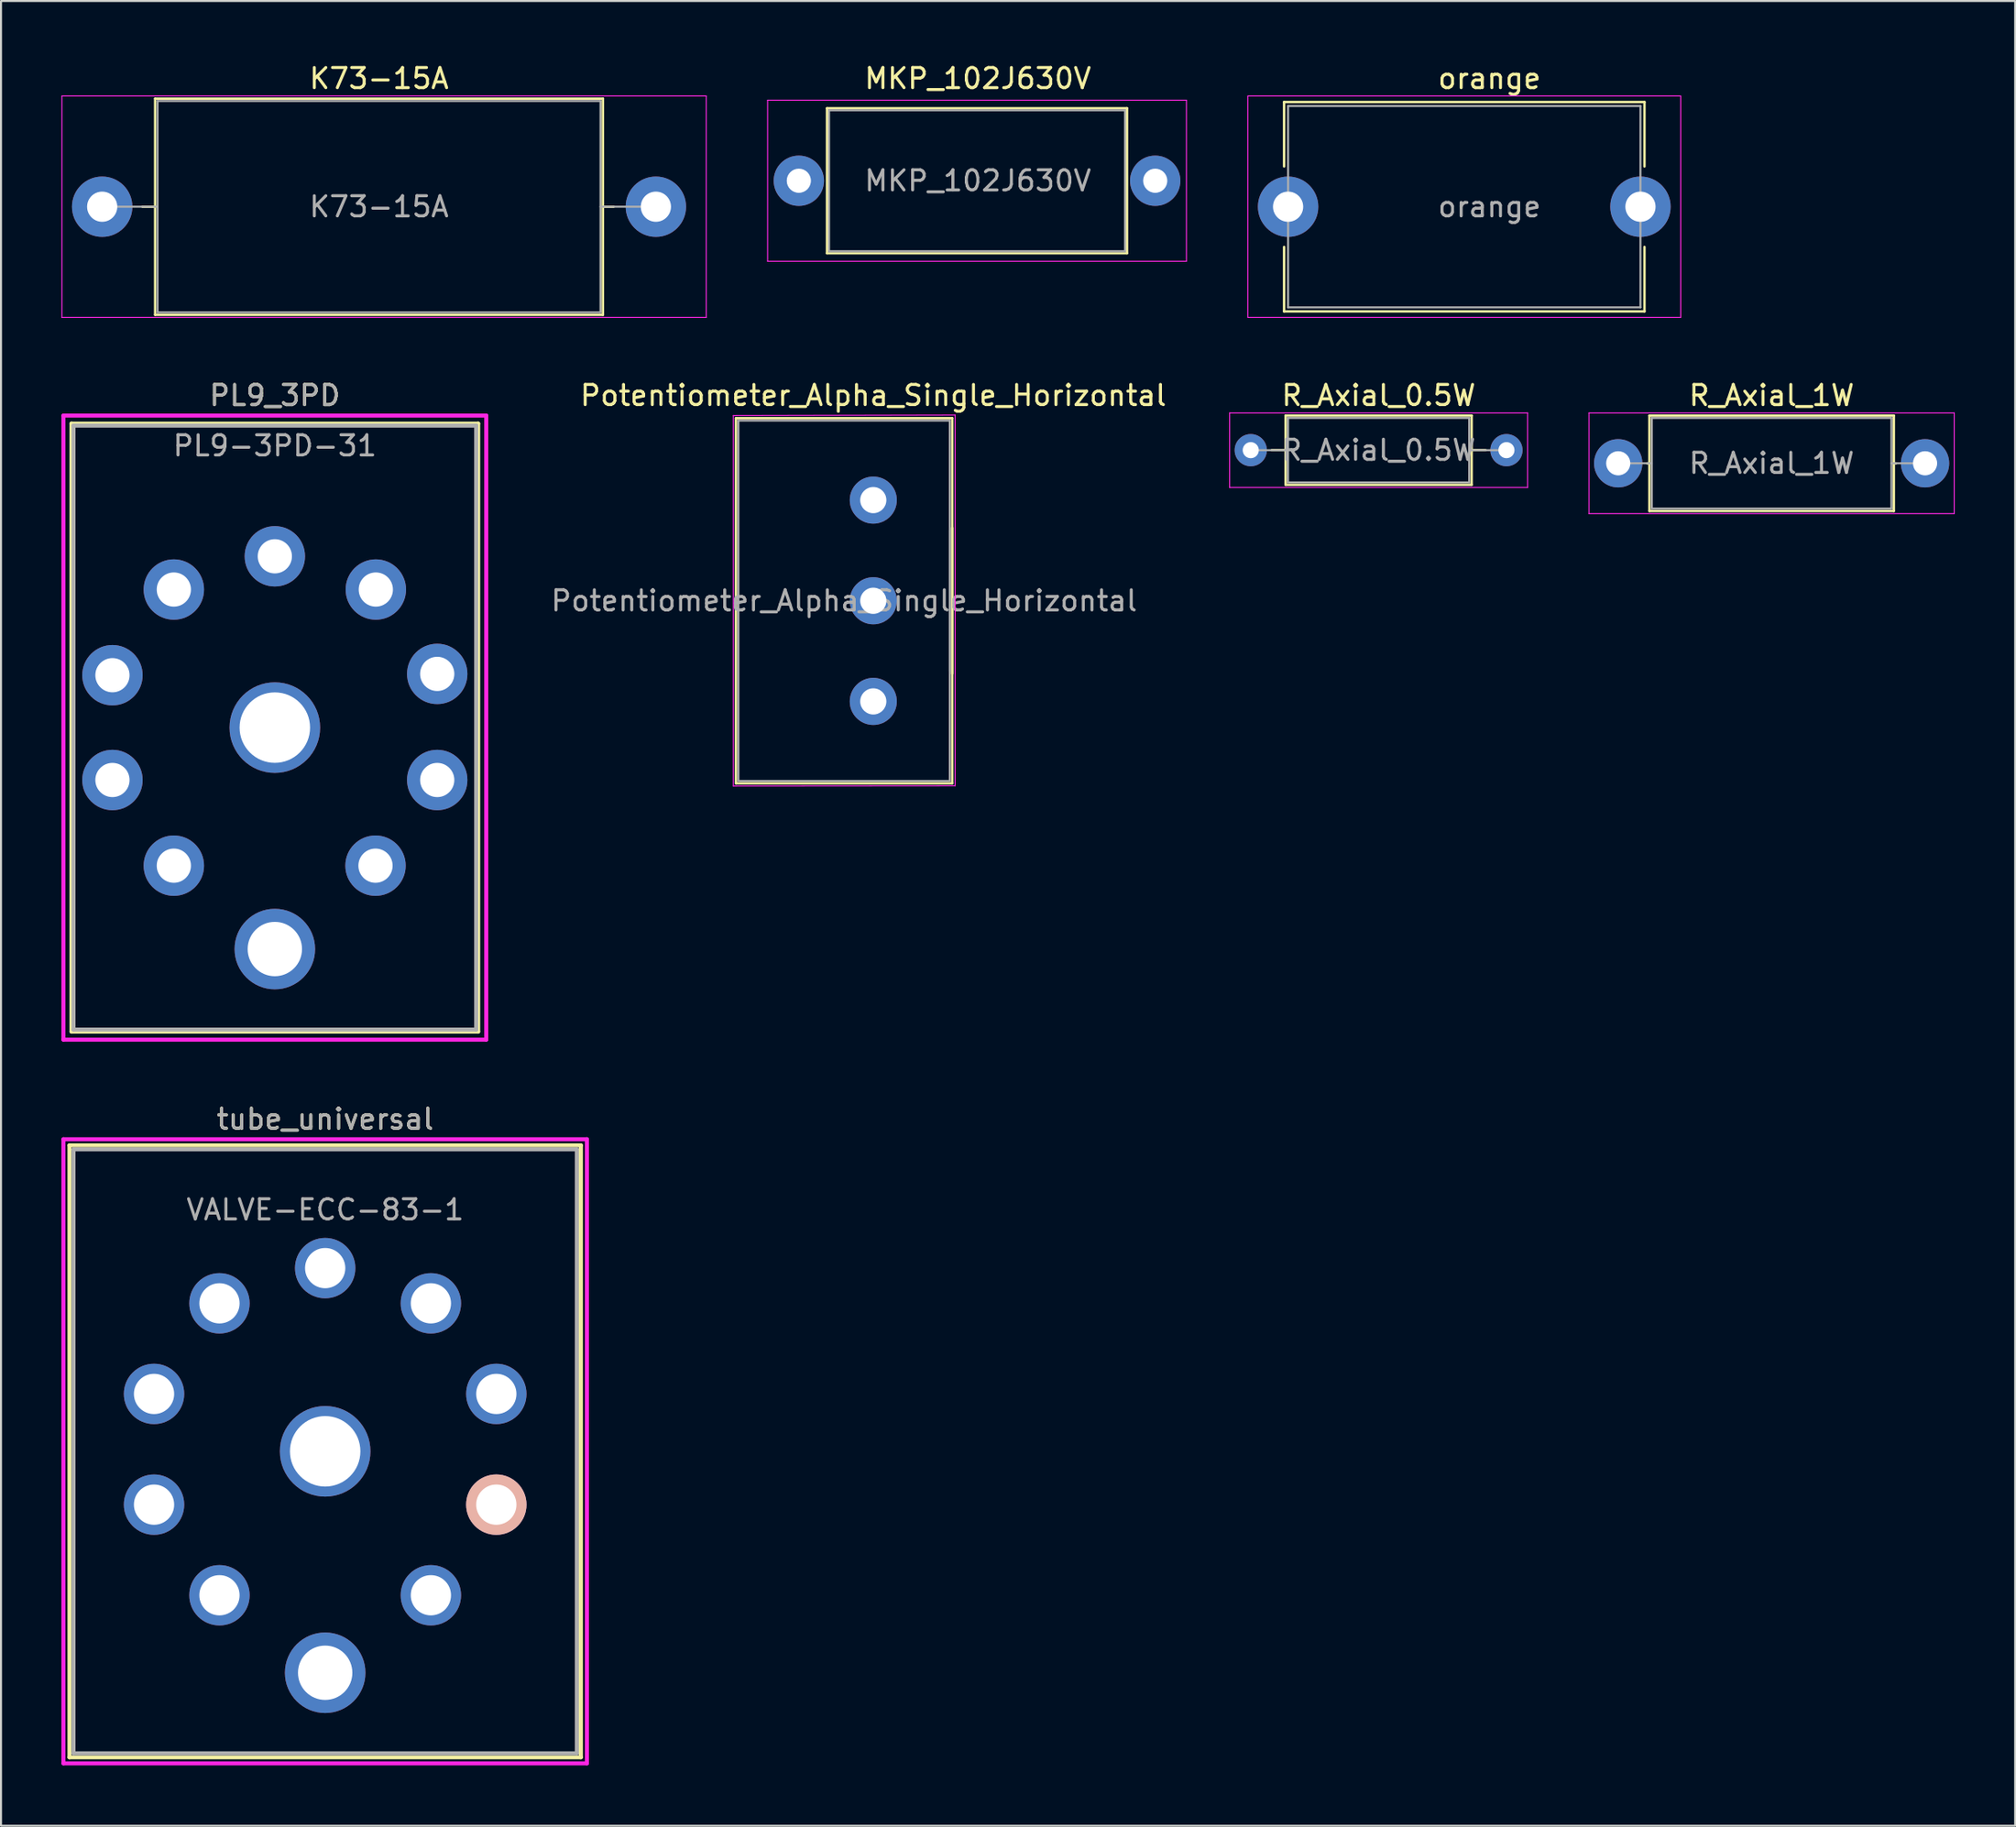
<source format=kicad_pcb>
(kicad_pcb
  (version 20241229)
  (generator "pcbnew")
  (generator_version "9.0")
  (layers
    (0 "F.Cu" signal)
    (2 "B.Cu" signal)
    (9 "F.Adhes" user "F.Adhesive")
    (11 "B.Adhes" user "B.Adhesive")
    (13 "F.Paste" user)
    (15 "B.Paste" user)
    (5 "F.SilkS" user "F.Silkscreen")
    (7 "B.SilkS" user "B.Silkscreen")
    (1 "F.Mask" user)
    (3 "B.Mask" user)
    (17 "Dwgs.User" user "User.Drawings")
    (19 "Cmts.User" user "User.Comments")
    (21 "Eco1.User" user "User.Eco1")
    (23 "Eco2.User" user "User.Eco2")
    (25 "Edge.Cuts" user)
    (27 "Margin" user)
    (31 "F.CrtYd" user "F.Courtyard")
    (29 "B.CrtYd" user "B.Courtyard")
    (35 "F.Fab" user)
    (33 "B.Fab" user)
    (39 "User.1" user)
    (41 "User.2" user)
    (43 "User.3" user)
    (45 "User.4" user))
  (footprint "PL9_3PD"
    (layer "F.Cu")
    (at 10.6 33.092)
    (property "Reference" "PL9_3PD" (at 0 -16.5 0) (layer "F.SilkS") (effects (font (size 1 1) (thickness 0.15))))
    (attr through_hole)
    (fp_line (start -10.1 -15.1) (end -10.1 15.1) (stroke (width 0.2) (type solid)) (layer "F.SilkS"))
    (fp_line (start -10.1 15.1) (end 10.1 15.1) (stroke (width 0.2) (type solid)) (layer "F.SilkS"))
    (fp_line (start 10.1 -15.1) (end -10.1 -15.1) (stroke (width 0.2) (type solid)) (layer "F.SilkS"))
    (fp_line (start 10.1 15.1) (end 10.1 -15.1) (stroke (width 0.2) (type solid)) (layer "F.SilkS"))
    (fp_line (start -10.5 -15.5) (end -10.5 15.5) (stroke (width 0.2) (type solid)) (layer "F.CrtYd"))
    (fp_line (start -10.5 15.5) (end 10.5 15.5) (stroke (width 0.2) (type solid)) (layer "F.CrtYd"))
    (fp_line (start 10.5 -15.5) (end -10.5 -15.5) (stroke (width 0.2) (type solid)) (layer "F.CrtYd"))
    (fp_line (start 10.5 15.5) (end 10.5 -15.5) (stroke (width 0.2) (type solid)) (layer "F.CrtYd"))
    (fp_line (start -10 -15) (end -10 15) (stroke (width 0.2) (type solid)) (layer "F.Fab"))
    (fp_line (start -10 15) (end 10 15) (stroke (width 0.2) (type solid)) (layer "F.Fab"))
    (fp_line (start 10 -15) (end -10 -15) (stroke (width 0.2) (type solid)) (layer "F.Fab"))
    (fp_line (start 10 15) (end 10 -15) (stroke (width 0.2) (type solid)) (layer "F.Fab"))
    (fp_text user "PL9-3PD-31" (at 0 -14 0) (layer "F.Fab") (effects (font (size 1 1) (thickness 0.15))))
    (fp_text user "${REFERENCE}" (at 0 -16.5 0) (layer "F.Fab") (effects (font (size 1 1) (thickness 0.15))))
    (pad "1" thru_hole circle (at 5 6.858) (size 3 3) (drill 1.7) (layers "*.Cu" "*.Mask"))
    (pad "2" thru_hole circle (at 8.065 2.603) (size 3 3) (drill 1.7) (layers "*.Cu" "*.Mask"))
    (pad "3" thru_hole circle (at 8.065 -2.667) (size 3 3) (drill 1.7) (layers "*.Cu" "*.Mask"))
    (pad "4" thru_hole circle (at 5.016 -6.858) (size 3 3) (drill 1.7) (layers "*.Cu" "*.Mask"))
    (pad "5" thru_hole circle (at 0 -8.509) (size 3 3) (drill 1.7) (layers "*.Cu" "*.Mask"))
    (pad "6" thru_hole circle (at -5.016 -6.858) (size 3 3) (drill 1.7) (layers "*.Cu" "*.Mask"))
    (pad "7" thru_hole circle (at -8.065 -2.603) (size 3 3) (drill 1.7) (layers "*.Cu" "*.Mask"))
    (pad "8" thru_hole circle (at -8.065 2.603) (size 3 3) (drill 1.7) (layers "*.Cu" "*.Mask"))
    (pad "9" thru_hole circle (at -5.016 6.858) (size 3 3) (drill 1.7) (layers "*.Cu" "*.Mask"))
    (pad "10" thru_hole circle (at 0 11) (size 4 4) (drill 2.7) (layers "*.Cu" "*.Mask"))
    (pad "11" thru_hole circle (at 0 0) (size 4.5 4.5) (drill 3.5) (layers "*.Cu" "*.Mask")))
  (footprint "K73-15A"
    (layer "F.Cu")
    (at 2.025 7.218)
    (property "Reference" "K73-15A" (at 13.75 -6.37 0) (layer "F.SilkS") (effects (font (size 1 1) (thickness 0.15))))
    (attr through_hole)
    (fp_line (start 2 0) (end 2.63 0) (stroke (width 0.12) (type solid)) (layer "F.SilkS"))
    (fp_line (start 2.63 -5.37) (end 2.63 5.37) (stroke (width 0.12) (type solid)) (layer "F.SilkS"))
    (fp_line (start 2.63 5.37) (end 24.87 5.37) (stroke (width 0.12) (type solid)) (layer "F.SilkS"))
    (fp_line (start 24.87 -5.37) (end 2.63 -5.37) (stroke (width 0.12) (type solid)) (layer "F.SilkS"))
    (fp_line (start 24.87 5.37) (end 24.87 -5.37) (stroke (width 0.12) (type solid)) (layer "F.SilkS"))
    (fp_line (start 25.4 0) (end 24.87 0) (stroke (width 0.12) (type solid)) (layer "F.SilkS"))
    (fp_line (start -2 -5.5) (end -2 5.5) (stroke (width 0.05) (type solid)) (layer "F.CrtYd"))
    (fp_line (start -2 5.5) (end 30 5.5) (stroke (width 0.05) (type solid)) (layer "F.CrtYd"))
    (fp_line (start 30 -5.5) (end -2 -5.5) (stroke (width 0.05) (type solid)) (layer "F.CrtYd"))
    (fp_line (start 30 5.5) (end 30 -5.5) (stroke (width 0.05) (type solid)) (layer "F.CrtYd"))
    (fp_line (start 0 0) (end 2.75 0) (stroke (width 0.1) (type solid)) (layer "F.Fab"))
    (fp_line (start 2.75 -5.25) (end 2.75 5.25) (stroke (width 0.1) (type solid)) (layer "F.Fab"))
    (fp_line (start 2.75 5.25) (end 24.75 5.25) (stroke (width 0.1) (type solid)) (layer "F.Fab"))
    (fp_line (start 24.75 -5.25) (end 2.75 -5.25) (stroke (width 0.1) (type solid)) (layer "F.Fab"))
    (fp_line (start 24.75 5.25) (end 24.75 -5.25) (stroke (width 0.1) (type solid)) (layer "F.Fab"))
    (fp_line (start 27.5 0) (end 24.75 0) (stroke (width 0.1) (type solid)) (layer "F.Fab"))
    (fp_text user "${REFERENCE}" (at 13.75 0 0) (layer "F.Fab") (effects (font (size 1 1) (thickness 0.15))))
    (pad "1" thru_hole circle (at 0 0) (size 3 3) (drill 1.5) (layers "*.Cu" "*.Mask"))
    (pad "2" thru_hole circle (at 27.5 0) (size 3 3) (drill 1.5) (layers "*.Cu" "*.Mask")))
  (footprint "R_Axial_1W"
    (layer "F.Cu")
    (at 77.32 19.962)
    (property "Reference" "R_Axial_1W" (at 7.62 -3.37 0) (layer "F.SilkS") (effects (font (size 1 1) (thickness 0.15))))
    (attr through_hole)
    (fp_line (start 1.44 0) (end 1.55 0) (stroke (width 0.12) (type solid)) (layer "F.SilkS"))
    (fp_line (start 1.55 -2.37) (end 1.55 2.37) (stroke (width 0.12) (type solid)) (layer "F.SilkS"))
    (fp_line (start 1.55 2.37) (end 13.69 2.37) (stroke (width 0.12) (type solid)) (layer "F.SilkS"))
    (fp_line (start 13.69 -2.37) (end 1.55 -2.37) (stroke (width 0.12) (type solid)) (layer "F.SilkS"))
    (fp_line (start 13.69 2.37) (end 13.69 -2.37) (stroke (width 0.12) (type solid)) (layer "F.SilkS"))
    (fp_line (start 13.8 0) (end 13.69 0) (stroke (width 0.12) (type solid)) (layer "F.SilkS"))
    (fp_line (start -1.45 -2.5) (end -1.45 2.5) (stroke (width 0.05) (type solid)) (layer "F.CrtYd"))
    (fp_line (start -1.45 2.5) (end 16.69 2.5) (stroke (width 0.05) (type solid)) (layer "F.CrtYd"))
    (fp_line (start 16.69 -2.5) (end -1.45 -2.5) (stroke (width 0.05) (type solid)) (layer "F.CrtYd"))
    (fp_line (start 16.69 2.5) (end 16.69 -2.5) (stroke (width 0.05) (type solid)) (layer "F.CrtYd"))
    (fp_line (start 0 0) (end 1.67 0) (stroke (width 0.1) (type solid)) (layer "F.Fab"))
    (fp_line (start 1.67 -2.25) (end 1.67 2.25) (stroke (width 0.1) (type solid)) (layer "F.Fab"))
    (fp_line (start 1.67 2.25) (end 13.57 2.25) (stroke (width 0.1) (type solid)) (layer "F.Fab"))
    (fp_line (start 13.57 -2.25) (end 1.67 -2.25) (stroke (width 0.1) (type solid)) (layer "F.Fab"))
    (fp_line (start 13.57 2.25) (end 13.57 -2.25) (stroke (width 0.1) (type solid)) (layer "F.Fab"))
    (fp_line (start 15.24 0) (end 13.57 0) (stroke (width 0.1) (type solid)) (layer "F.Fab"))
    (fp_text user "${REFERENCE}" (at 7.62 0 0) (layer "F.Fab") (effects (font (size 1 1) (thickness 0.15))))
    (pad "1" thru_hole circle (at 0 0) (size 2.4 2.4) (drill 1.2) (layers "*.Cu" "*.Mask"))
    (pad "2" thru_hole oval (at 15.24 0) (size 2.4 2.4) (drill 1.2) (layers "*.Cu" "*.Mask")))
  (footprint "Potentiometer_Alpha_Single_Horizontal"
    (layer "F.Cu")
    (at 40.323 31.791)
    (property "Reference" "Potentiometer_Alpha_Single_Horizontal" (at 0 -15.2 0) (layer "F.SilkS") (effects (font (size 1 1) (thickness 0.15))))
    (attr through_hole)
    (fp_line (start -6.82 -14.07) (end -6.82 4.07) (stroke (width 0.12) (type solid)) (layer "F.SilkS"))
    (fp_line (start -6.82 -14.07) (end 3.92 -14.07) (stroke (width 0.12) (type solid)) (layer "F.SilkS"))
    (fp_line (start -6.82 4.07) (end 3.92 4.07) (stroke (width 0.12) (type solid)) (layer "F.SilkS"))
    (fp_line (start 3.92 -14.07) (end 3.92 4.07) (stroke (width 0.12) (type solid)) (layer "F.SilkS"))
    (fp_line (start 3.92 -8.62) (end 3.92 -1.38) (stroke (width 0.12) (type solid)) (layer "F.SilkS"))
    (fp_line (start -6.95 -14.2) (end -6.95 4.2) (stroke (width 0.05) (type solid)) (layer "F.CrtYd"))
    (fp_line (start -6.95 4.2) (end 4.064 4.191) (stroke (width 0.05) (type solid)) (layer "F.CrtYd"))
    (fp_line (start 4.064 -14.224) (end -6.95 -14.2) (stroke (width 0.05) (type solid)) (layer "F.CrtYd"))
    (fp_line (start 4.064 4.191) (end 4.064 -14.224) (stroke (width 0.05) (type solid)) (layer "F.CrtYd"))
    (fp_line (start -6.7 -13.95) (end -6.7 3.95) (stroke (width 0.1) (type solid)) (layer "F.Fab"))
    (fp_line (start -6.7 3.95) (end 3.8 3.95) (stroke (width 0.1) (type solid)) (layer "F.Fab"))
    (fp_line (start 3.8 -13.95) (end -6.7 -13.95) (stroke (width 0.1) (type solid)) (layer "F.Fab"))
    (fp_line (start 3.8 -8.5) (end 3.8 -1.5) (stroke (width 0.1) (type solid)) (layer "F.Fab"))
    (fp_line (start 3.8 3.95) (end 3.8 -13.95) (stroke (width 0.1) (type solid)) (layer "F.Fab"))
    (fp_text user "${REFERENCE}" (at -1.45 -5 0) (layer "F.Fab") (effects (font (size 1 1) (thickness 0.15))))
    (pad "1" thru_hole circle (at 0 0) (size 2.34 2.34) (drill 1.3) (layers "*.Cu" "*.Mask"))
    (pad "2" thru_hole circle (at 0 -5) (size 2.34 2.34) (drill 1.3) (layers "*.Cu" "*.Mask"))
    (pad "3" thru_hole circle (at 0 -10) (size 2.34 2.34) (drill 1.3) (layers "*.Cu" "*.Mask")))
  (footprint "MKP_102J630V"
    (layer "F.Cu")
    (at 36.625 5.928)
    (property "Reference" "MKP_102J630V" (at 8.89 -5.08 0) (layer "F.SilkS") (effects (font (size 1 1) (thickness 0.15))))
    (attr through_hole)
    (fp_line (start 1.4 -3.6) (end 1.4 3.6) (stroke (width 0.12) (type solid)) (layer "F.SilkS"))
    (fp_line (start 1.4 3.6) (end 16.3 3.6) (stroke (width 0.12) (type solid)) (layer "F.SilkS"))
    (fp_line (start 16.3 -3.6) (end 1.4 -3.6) (stroke (width 0.12) (type solid)) (layer "F.SilkS"))
    (fp_line (start 16.3 3.6) (end 16.3 -3.6) (stroke (width 0.12) (type solid)) (layer "F.SilkS"))
    (fp_line (start -1.55 -4) (end -1.55 4) (stroke (width 0.05) (type solid)) (layer "F.CrtYd"))
    (fp_line (start -1.55 4) (end 19.25 4) (stroke (width 0.05) (type solid)) (layer "F.CrtYd"))
    (fp_line (start 19.25 -4) (end -1.55 -4) (stroke (width 0.05) (type solid)) (layer "F.CrtYd"))
    (fp_line (start 19.25 4) (end 19.25 -4) (stroke (width 0.05) (type solid)) (layer "F.CrtYd"))
    (fp_line (start 1.5 -3.5) (end 1.5 3.5) (stroke (width 0.1) (type solid)) (layer "F.Fab"))
    (fp_line (start 1.5 3.5) (end 16.2 3.5) (stroke (width 0.1) (type solid)) (layer "F.Fab"))
    (fp_line (start 16.2 -3.5) (end 1.5 -3.5) (stroke (width 0.1) (type solid)) (layer "F.Fab"))
    (fp_line (start 16.2 3.5) (end 16.2 -3.5) (stroke (width 0.1) (type solid)) (layer "F.Fab"))
    (fp_text user "${REFERENCE}" (at 8.89 0 0) (layer "F.Fab") (effects (font (size 1 1) (thickness 0.15))))
    (pad "1" thru_hole circle (at 0 0) (size 2.5 2.5) (drill 1.2) (layers "*.Cu" "*.Mask"))
    (pad "2" thru_hole circle (at 17.7 0) (size 2.5 2.5) (drill 1.2) (layers "*.Cu" "*.Mask")))
  (footprint "orange"
    (layer "F.Cu")
    (at 60.925 7.218)
    (property "Reference" "orange" (at 10 -6.37 0) (layer "F.SilkS") (effects (font (size 1 1) (thickness 0.15))))
    (attr through_hole)
    (fp_line (start -0.2 -2) (end -0.2 -5.2) (stroke (width 0.12) (type solid)) (layer "F.SilkS"))
    (fp_line (start -0.2 5.2) (end -0.2 2) (stroke (width 0.12) (type solid)) (layer "F.SilkS"))
    (fp_line (start -0.2 5.2) (end 17.7 5.2) (stroke (width 0.12) (type solid)) (layer "F.SilkS"))
    (fp_line (start 17.7 -5.2) (end -0.2 -5.2) (stroke (width 0.12) (type solid)) (layer "F.SilkS"))
    (fp_line (start 17.7 -2) (end 17.7 -5.2) (stroke (width 0.12) (type solid)) (layer "F.SilkS"))
    (fp_line (start 17.7 5.2) (end 17.7 2) (stroke (width 0.12) (type solid)) (layer "F.SilkS"))
    (fp_line (start -2 -5.5) (end -2 5.5) (stroke (width 0.05) (type solid)) (layer "F.CrtYd"))
    (fp_line (start -2 5.5) (end 19.5 5.5) (stroke (width 0.05) (type solid)) (layer "F.CrtYd"))
    (fp_line (start 19.5 -5.5) (end -2 -5.5) (stroke (width 0.05) (type solid)) (layer "F.CrtYd"))
    (fp_line (start 19.5 5.5) (end 19.5 -5.5) (stroke (width 0.05) (type solid)) (layer "F.CrtYd"))
    (fp_line (start 0 5) (end 0 -5) (stroke (width 0.1) (type solid)) (layer "F.Fab"))
    (fp_line (start 0 5) (end 17.5 5) (stroke (width 0.1) (type solid)) (layer "F.Fab"))
    (fp_line (start 17.5 -5) (end 0 -5) (stroke (width 0.1) (type solid)) (layer "F.Fab"))
    (fp_line (start 17.5 5) (end 17.5 -5) (stroke (width 0.1) (type solid)) (layer "F.Fab"))
    (fp_text user "${REFERENCE}" (at 10 0 0) (layer "F.Fab") (effects (font (size 1 1) (thickness 0.15))))
    (pad "1" thru_hole circle (at 0 0) (size 3 3) (drill 1.5) (layers "*.Cu" "*.Mask"))
    (pad "2" thru_hole circle (at 17.5 0) (size 3 3) (drill 1.5) (layers "*.Cu" "*.Mask")))
  (footprint "tube_universal"
    (layer "F.Cu")
    (at 13.1 69.04)
    (property "Reference" "tube_universal" (at 0 -16.5 0) (layer "F.SilkS") (effects (font (size 1 1) (thickness 0.15))))
    (attr through_hole)
    (fp_line (start -12.7 -15.2) (end -12.7 15.2) (stroke (width 0.2) (type solid)) (layer "F.SilkS"))
    (fp_line (start -12.7 15.2) (end 12.7 15.2) (stroke (width 0.2) (type solid)) (layer "F.SilkS"))
    (fp_line (start 12.7 -15.2) (end -12.7 -15.2) (stroke (width 0.2) (type solid)) (layer "F.SilkS"))
    (fp_line (start 12.7 15.2) (end 12.7 -15.2) (stroke (width 0.2) (type solid)) (layer "F.SilkS"))
    (fp_line (start -13 -15.5) (end -13 15.5) (stroke (width 0.2) (type solid)) (layer "F.CrtYd"))
    (fp_line (start -13 15.5) (end 13 15.5) (stroke (width 0.2) (type solid)) (layer "F.CrtYd"))
    (fp_line (start 13 -15.5) (end -13 -15.5) (stroke (width 0.2) (type solid)) (layer "F.CrtYd"))
    (fp_line (start 13 15.5) (end 13 -15.5) (stroke (width 0.2) (type solid)) (layer "F.CrtYd"))
    (fp_line (start -12.5 -15) (end -12.5 15) (stroke (width 0.2) (type solid)) (layer "F.Fab"))
    (fp_line (start -12.5 15) (end 12.5 15) (stroke (width 0.2) (type solid)) (layer "F.Fab"))
    (fp_line (start 12.5 -15) (end -12.5 -15) (stroke (width 0.2) (type solid)) (layer "F.Fab"))
    (fp_line (start 12.5 15) (end 12.5 -15) (stroke (width 0.2) (type solid)) (layer "F.Fab"))
    (fp_text user "VALVE-ECC-83-1" (at 0 -12 0) (layer "F.Fab") (effects (font (size 1 1) (thickness 0.15))))
    (fp_text user "${REFERENCE}" (at 0 -16.5 0) (layer "F.Fab") (effects (font (size 1 1) (thickness 0.15))))
    (pad "1" thru_hole circle (at 5.25 7.15) (size 3 3) (drill 2) (layers "*.Cu" "*.Mask"))
    (pad "2" thru_hole circle (at 8.5 2.65) (size 3 3) (drill 2) (layers "*.Cu" "*.Mask" "B.SilkS"))
    (pad "3" thru_hole circle (at 8.5 -2.85) (size 3 3) (drill 2) (layers "*.Cu" "*.Mask"))
    (pad "4" thru_hole circle (at 5.25 -7.35) (size 3 3) (drill 2) (layers "*.Cu" "*.Mask"))
    (pad "5" thru_hole circle (at 0 -9.1) (size 3 3) (drill 2) (layers "*.Cu" "*.Mask"))
    (pad "6" thru_hole circle (at -5.25 -7.35) (size 3 3) (drill 2) (layers "*.Cu" "*.Mask"))
    (pad "7" thru_hole circle (at -8.5 -2.85) (size 3 3) (drill 2) (layers "*.Cu" "*.Mask"))
    (pad "8" thru_hole circle (at -8.5 2.65) (size 3 3) (drill 2) (layers "*.Cu" "*.Mask"))
    (pad "9" thru_hole circle (at -5.25 7.15) (size 3 3) (drill 2) (layers "*.Cu" "*.Mask"))
    (pad "10" thru_hole circle (at 0 11) (size 4 4) (drill 2.7) (layers "*.Cu" "*.Mask"))
    (pad "11" thru_hole circle (at 0 0) (size 4.5 4.5) (drill 3.5) (layers "*.Cu" "*.Mask")))
  (footprint "R_Axial_0.5W"
    (layer "F.Cu")
    (at 59.07 19.311)
    (property "Reference" "R_Axial_0.5W" (at 6.35 -2.72 0) (layer "F.SilkS") (effects (font (size 1 1) (thickness 0.15))))
    (attr through_hole)
    (fp_line (start 1.04 0) (end 1.73 0) (stroke (width 0.12) (type solid)) (layer "F.SilkS"))
    (fp_line (start 1.73 -1.72) (end 1.73 1.72) (stroke (width 0.12) (type solid)) (layer "F.SilkS"))
    (fp_line (start 1.73 1.72) (end 10.97 1.72) (stroke (width 0.12) (type solid)) (layer "F.SilkS"))
    (fp_line (start 10.97 -1.72) (end 1.73 -1.72) (stroke (width 0.12) (type solid)) (layer "F.SilkS"))
    (fp_line (start 10.97 1.72) (end 10.97 -1.72) (stroke (width 0.12) (type solid)) (layer "F.SilkS"))
    (fp_line (start 11.66 0) (end 10.97 0) (stroke (width 0.12) (type solid)) (layer "F.SilkS"))
    (fp_line (start -1.05 -1.85) (end -1.05 1.85) (stroke (width 0.05) (type solid)) (layer "F.CrtYd"))
    (fp_line (start -1.05 1.85) (end 13.75 1.85) (stroke (width 0.05) (type solid)) (layer "F.CrtYd"))
    (fp_line (start 13.75 -1.85) (end -1.05 -1.85) (stroke (width 0.05) (type solid)) (layer "F.CrtYd"))
    (fp_line (start 13.75 1.85) (end 13.75 -1.85) (stroke (width 0.05) (type solid)) (layer "F.CrtYd"))
    (fp_line (start 0 0) (end 1.85 0) (stroke (width 0.1) (type solid)) (layer "F.Fab"))
    (fp_line (start 1.85 -1.6) (end 1.85 1.6) (stroke (width 0.1) (type solid)) (layer "F.Fab"))
    (fp_line (start 1.85 1.6) (end 10.85 1.6) (stroke (width 0.1) (type solid)) (layer "F.Fab"))
    (fp_line (start 10.85 -1.6) (end 1.85 -1.6) (stroke (width 0.1) (type solid)) (layer "F.Fab"))
    (fp_line (start 10.85 1.6) (end 10.85 -1.6) (stroke (width 0.1) (type solid)) (layer "F.Fab"))
    (fp_line (start 12.7 0) (end 10.85 0) (stroke (width 0.1) (type solid)) (layer "F.Fab"))
    (fp_text user "${REFERENCE}" (at 6.35 0 0) (layer "F.Fab") (effects (font (size 1 1) (thickness 0.15))))
    (pad "1" thru_hole circle (at 0 0) (size 1.6 1.6) (drill 0.8) (layers "*.Cu" "*.Mask"))
    (pad "2" thru_hole oval (at 12.7 0) (size 1.6 1.6) (drill 0.8) (layers "*.Cu" "*.Mask")))
  (gr_rect
    (start -3 -3)
    (end 97.035 87.64)
    (stroke (width 0.1) (type default))
    (fill no)
    (layer "Edge.Cuts")))
</source>
